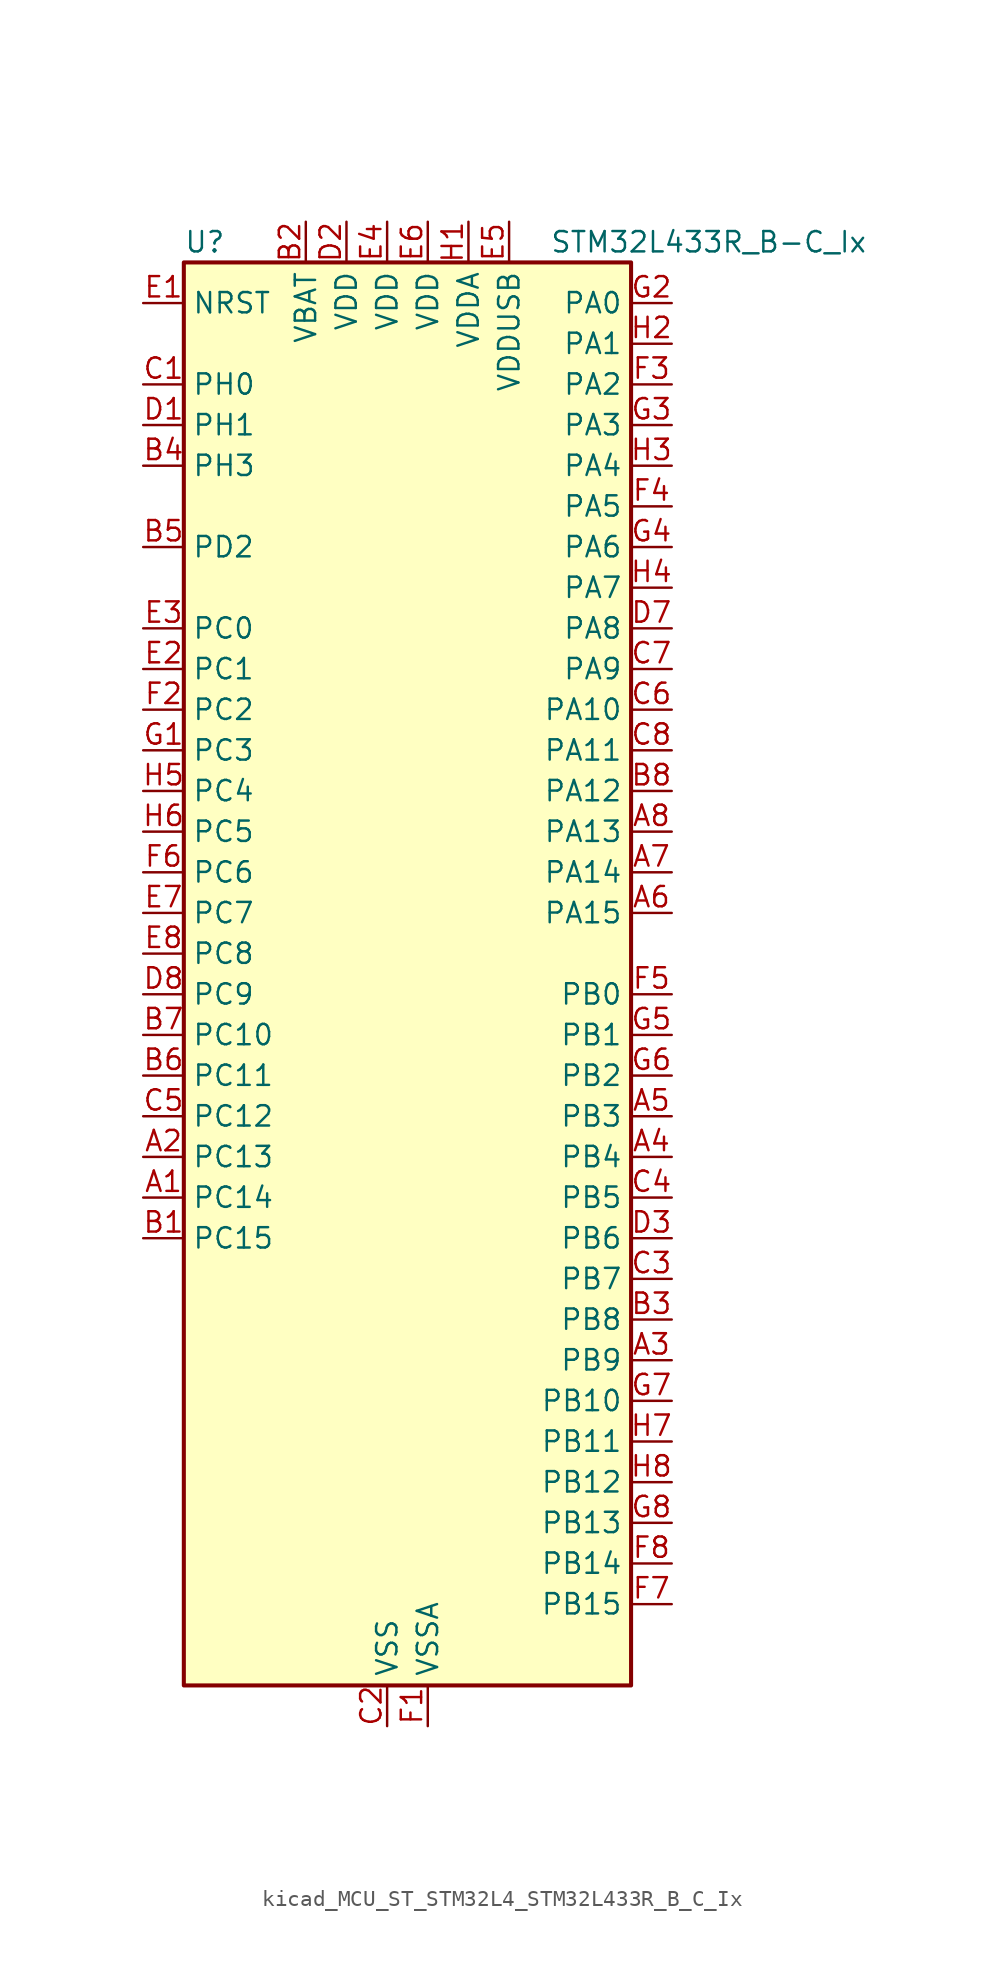
<source format=kicad_sym>
(kicad_symbol_lib
  (version 20220914)
  (generator kicad_symbol_editor)
  (symbol "kicad_MCU_ST_STM32L4_STM32L433R_B_C_Ix"
    (property "Reference" "U"
      (at -12.7 46.99 0)
      (effects (font (size 1.27 1.27)) (justify left)))
    (property "Value" "STM32L433R_B-C_Ix"
      (at 10.16 46.99 0)
      (effects (font (size 1.27 1.27)) (justify left)))
    (property "ki_locked" ""
      (at 0 0 0)
      (effects (font (size 1.27 1.27))))
    (symbol "kicad_MCU_ST_STM32L4_STM32L433R_B_C_Ix_0_1"
      (rectangle (start -12.7 -43.18) (end 15.24 45.72) (stroke (width 0.254) (type default)) (fill (type background))))
    (symbol "kicad_MCU_ST_STM32L4_STM32L433R_B_C_Ix_1_1"
      (pin bidirectional line (at -15.24 -12.7 0) (length 2.54) (name "PC14" (effects (font (size 1.27 1.27)))) (number "A1" (effects (font (size 1.27 1.27)))) (alternate "RCC_OSC32_IN" bidirectional line))
      (pin bidirectional line (at -15.24 -10.16 0) (length 2.54) (name "PC13" (effects (font (size 1.27 1.27)))) (number "A2" (effects (font (size 1.27 1.27)))) (alternate "RTC_OUT_ALARM" bidirectional line) (alternate "RTC_OUT_CALIB" bidirectional line) (alternate "RTC_TAMP1" bidirectional line) (alternate "RTC_TS" bidirectional line) (alternate "SYS_WKUP2" bidirectional line))
      (pin bidirectional line (at 17.78 -22.86 180) (length 2.54) (name "PB9" (effects (font (size 1.27 1.27)))) (number "A3" (effects (font (size 1.27 1.27)))) (alternate "CAN1_TX" bidirectional line) (alternate "DAC1_EXTI9" bidirectional line) (alternate "I2C1_SDA" bidirectional line) (alternate "IR_OUT" bidirectional line) (alternate "LCD_COM3" bidirectional line) (alternate "SAI1_FS_A" bidirectional line) (alternate "SDMMC1_D5" bidirectional line) (alternate "SPI2_NSS" bidirectional line))
      (pin bidirectional line (at 17.78 -10.16 180) (length 2.54) (name "PB4" (effects (font (size 1.27 1.27)))) (number "A4" (effects (font (size 1.27 1.27)))) (alternate "COMP2_INP" bidirectional line) (alternate "I2C3_SDA" bidirectional line) (alternate "LCD_SEG8" bidirectional line) (alternate "SAI1_MCLK_B" bidirectional line) (alternate "SPI1_MISO" bidirectional line) (alternate "SPI3_MISO" bidirectional line) (alternate "SYS_JTRST" bidirectional line) (alternate "TSC_G2_IO1" bidirectional line) (alternate "USART1_CTS" bidirectional line))
      (pin bidirectional line (at 17.78 -7.62 180) (length 2.54) (name "PB3" (effects (font (size 1.27 1.27)))) (number "A5" (effects (font (size 1.27 1.27)))) (alternate "COMP2_INM" bidirectional line) (alternate "LCD_SEG7" bidirectional line) (alternate "SAI1_SCK_B" bidirectional line) (alternate "SPI1_SCK" bidirectional line) (alternate "SPI3_SCK" bidirectional line) (alternate "SYS_JTDO-SWO" bidirectional line) (alternate "TIM2_CH2" bidirectional line) (alternate "USART1_DE" bidirectional line) (alternate "USART1_RTS" bidirectional line))
      (pin bidirectional line (at 17.78 5.08 180) (length 2.54) (name "PA15" (effects (font (size 1.27 1.27)))) (number "A6" (effects (font (size 1.27 1.27)))) (alternate "ADC1_EXTI15" bidirectional line) (alternate "LCD_SEG17" bidirectional line) (alternate "SPI1_NSS" bidirectional line) (alternate "SPI3_NSS" bidirectional line) (alternate "SWPMI1_SUSPEND" bidirectional line) (alternate "SYS_JTDI" bidirectional line) (alternate "TIM2_CH1" bidirectional line) (alternate "TIM2_ETR" bidirectional line) (alternate "TSC_G3_IO1" bidirectional line) (alternate "USART2_RX" bidirectional line) (alternate "USART3_DE" bidirectional line) (alternate "USART3_RTS" bidirectional line))
      (pin bidirectional line (at 17.78 7.62 180) (length 2.54) (name "PA14" (effects (font (size 1.27 1.27)))) (number "A7" (effects (font (size 1.27 1.27)))) (alternate "I2C1_SMBA" bidirectional line) (alternate "LPTIM1_OUT" bidirectional line) (alternate "SAI1_FS_B" bidirectional line) (alternate "SWPMI1_RX" bidirectional line) (alternate "SYS_JTCK-SWCLK" bidirectional line))
      (pin bidirectional line (at 17.78 10.16 180) (length 2.54) (name "PA13" (effects (font (size 1.27 1.27)))) (number "A8" (effects (font (size 1.27 1.27)))) (alternate "IR_OUT" bidirectional line) (alternate "SAI1_SD_B" bidirectional line) (alternate "SWPMI1_TX" bidirectional line) (alternate "SYS_JTMS-SWDIO" bidirectional line) (alternate "USB_NOE" bidirectional line))
      (pin bidirectional line (at -15.24 -15.24 0) (length 2.54) (name "PC15" (effects (font (size 1.27 1.27)))) (number "B1" (effects (font (size 1.27 1.27)))) (alternate "ADC1_EXTI15" bidirectional line) (alternate "RCC_OSC32_OUT" bidirectional line))
      (pin power_in line (at -5.08 48.26 270) (length 2.54) (name "VBAT" (effects (font (size 1.27 1.27)))) (number "B2" (effects (font (size 1.27 1.27)))))
      (pin bidirectional line (at 17.78 -20.32 180) (length 2.54) (name "PB8" (effects (font (size 1.27 1.27)))) (number "B3" (effects (font (size 1.27 1.27)))) (alternate "CAN1_RX" bidirectional line) (alternate "I2C1_SCL" bidirectional line) (alternate "LCD_SEG16" bidirectional line) (alternate "SAI1_MCLK_A" bidirectional line) (alternate "SDMMC1_D4" bidirectional line) (alternate "TIM16_CH1" bidirectional line))
      (pin bidirectional line (at -15.24 33.02 0) (length 2.54) (name "PH3" (effects (font (size 1.27 1.27)))) (number "B4" (effects (font (size 1.27 1.27)))))
      (pin bidirectional line (at -15.24 27.94 0) (length 2.54) (name "PD2" (effects (font (size 1.27 1.27)))) (number "B5" (effects (font (size 1.27 1.27)))) (alternate "LCD_COM7" bidirectional line) (alternate "LCD_SEG31" bidirectional line) (alternate "LCD_SEG43" bidirectional line) (alternate "SDMMC1_CMD" bidirectional line) (alternate "TSC_SYNC" bidirectional line) (alternate "USART3_DE" bidirectional line) (alternate "USART3_RTS" bidirectional line))
      (pin bidirectional line (at -15.24 -5.08 0) (length 2.54) (name "PC11" (effects (font (size 1.27 1.27)))) (number "B6" (effects (font (size 1.27 1.27)))) (alternate "ADC1_EXTI11" bidirectional line) (alternate "LCD_COM5" bidirectional line) (alternate "LCD_SEG29" bidirectional line) (alternate "LCD_SEG41" bidirectional line) (alternate "SDMMC1_D3" bidirectional line) (alternate "SPI3_MISO" bidirectional line) (alternate "TSC_G3_IO3" bidirectional line) (alternate "USART3_RX" bidirectional line))
      (pin bidirectional line (at -15.24 -2.54 0) (length 2.54) (name "PC10" (effects (font (size 1.27 1.27)))) (number "B7" (effects (font (size 1.27 1.27)))) (alternate "LCD_COM4" bidirectional line) (alternate "LCD_SEG28" bidirectional line) (alternate "LCD_SEG40" bidirectional line) (alternate "SDMMC1_D2" bidirectional line) (alternate "SPI3_SCK" bidirectional line) (alternate "TSC_G3_IO2" bidirectional line) (alternate "USART3_TX" bidirectional line))
      (pin bidirectional line (at 17.78 12.7 180) (length 2.54) (name "PA12" (effects (font (size 1.27 1.27)))) (number "B8" (effects (font (size 1.27 1.27)))) (alternate "CAN1_TX" bidirectional line) (alternate "SPI1_MOSI" bidirectional line) (alternate "TIM1_ETR" bidirectional line) (alternate "USART1_DE" bidirectional line) (alternate "USART1_RTS" bidirectional line) (alternate "USB_DP" bidirectional line))
      (pin bidirectional line (at -15.24 38.1 0) (length 2.54) (name "PH0" (effects (font (size 1.27 1.27)))) (number "C1" (effects (font (size 1.27 1.27)))) (alternate "RCC_OSC_IN" bidirectional line))
      (pin power_in line (at 0 -45.72 90) (length 2.54) (name "VSS" (effects (font (size 1.27 1.27)))) (number "C2" (effects (font (size 1.27 1.27)))))
      (pin bidirectional line (at 17.78 -17.78 180) (length 2.54) (name "PB7" (effects (font (size 1.27 1.27)))) (number "C3" (effects (font (size 1.27 1.27)))) (alternate "COMP2_INM" bidirectional line) (alternate "I2C1_SDA" bidirectional line) (alternate "LCD_SEG21" bidirectional line) (alternate "LPTIM1_IN2" bidirectional line) (alternate "SYS_PVD_IN" bidirectional line) (alternate "TSC_G2_IO4" bidirectional line) (alternate "USART1_RX" bidirectional line))
      (pin bidirectional line (at 17.78 -12.7 180) (length 2.54) (name "PB5" (effects (font (size 1.27 1.27)))) (number "C4" (effects (font (size 1.27 1.27)))) (alternate "COMP2_OUT" bidirectional line) (alternate "I2C1_SMBA" bidirectional line) (alternate "LCD_SEG9" bidirectional line) (alternate "LPTIM1_IN1" bidirectional line) (alternate "SAI1_SD_B" bidirectional line) (alternate "SPI1_MOSI" bidirectional line) (alternate "SPI3_MOSI" bidirectional line) (alternate "TIM16_BKIN" bidirectional line) (alternate "TSC_G2_IO2" bidirectional line) (alternate "USART1_CK" bidirectional line))
      (pin bidirectional line (at -15.24 -7.62 0) (length 2.54) (name "PC12" (effects (font (size 1.27 1.27)))) (number "C5" (effects (font (size 1.27 1.27)))) (alternate "LCD_COM6" bidirectional line) (alternate "LCD_SEG30" bidirectional line) (alternate "LCD_SEG42" bidirectional line) (alternate "SDMMC1_CK" bidirectional line) (alternate "SPI3_MOSI" bidirectional line) (alternate "TSC_G3_IO4" bidirectional line) (alternate "USART3_CK" bidirectional line))
      (pin bidirectional line (at 17.78 17.78 180) (length 2.54) (name "PA10" (effects (font (size 1.27 1.27)))) (number "C6" (effects (font (size 1.27 1.27)))) (alternate "CRS_SYNC" bidirectional line) (alternate "I2C1_SDA" bidirectional line) (alternate "LCD_COM2" bidirectional line) (alternate "SAI1_SD_A" bidirectional line) (alternate "TIM1_CH3" bidirectional line) (alternate "USART1_RX" bidirectional line))
      (pin bidirectional line (at 17.78 20.32 180) (length 2.54) (name "PA9" (effects (font (size 1.27 1.27)))) (number "C7" (effects (font (size 1.27 1.27)))) (alternate "DAC1_EXTI9" bidirectional line) (alternate "I2C1_SCL" bidirectional line) (alternate "LCD_COM1" bidirectional line) (alternate "SAI1_FS_A" bidirectional line) (alternate "TIM15_BKIN" bidirectional line) (alternate "TIM1_CH2" bidirectional line) (alternate "USART1_TX" bidirectional line))
      (pin bidirectional line (at 17.78 15.24 180) (length 2.54) (name "PA11" (effects (font (size 1.27 1.27)))) (number "C8" (effects (font (size 1.27 1.27)))) (alternate "ADC1_EXTI11" bidirectional line) (alternate "CAN1_RX" bidirectional line) (alternate "COMP1_OUT" bidirectional line) (alternate "SPI1_MISO" bidirectional line) (alternate "TIM1_BKIN2" bidirectional line) (alternate "TIM1_BKIN2_COMP1" bidirectional line) (alternate "TIM1_CH4" bidirectional line) (alternate "USART1_CTS" bidirectional line) (alternate "USB_DM" bidirectional line))
      (pin bidirectional line (at -15.24 35.56 0) (length 2.54) (name "PH1" (effects (font (size 1.27 1.27)))) (number "D1" (effects (font (size 1.27 1.27)))) (alternate "RCC_OSC_OUT" bidirectional line))
      (pin power_in line (at -2.54 48.26 270) (length 2.54) (name "VDD" (effects (font (size 1.27 1.27)))) (number "D2" (effects (font (size 1.27 1.27)))))
      (pin bidirectional line (at 17.78 -15.24 180) (length 2.54) (name "PB6" (effects (font (size 1.27 1.27)))) (number "D3" (effects (font (size 1.27 1.27)))) (alternate "COMP2_INP" bidirectional line) (alternate "I2C1_SCL" bidirectional line) (alternate "LPTIM1_ETR" bidirectional line) (alternate "SAI1_FS_B" bidirectional line) (alternate "TIM16_CH1N" bidirectional line) (alternate "TSC_G2_IO3" bidirectional line) (alternate "USART1_TX" bidirectional line))
      (pin passive line (at 0 -45.72 90) (length 2.54) hide (name "VSS" (effects (font (size 1.27 1.27)))) (number "D4" (effects (font (size 1.27 1.27)))))
      (pin passive line (at 0 -45.72 90) (length 2.54) hide (name "VSS" (effects (font (size 1.27 1.27)))) (number "D5" (effects (font (size 1.27 1.27)))))
      (pin passive line (at 0 -45.72 90) (length 2.54) hide (name "VSS" (effects (font (size 1.27 1.27)))) (number "D6" (effects (font (size 1.27 1.27)))))
      (pin bidirectional line (at 17.78 22.86 180) (length 2.54) (name "PA8" (effects (font (size 1.27 1.27)))) (number "D7" (effects (font (size 1.27 1.27)))) (alternate "LCD_COM0" bidirectional line) (alternate "LPTIM2_OUT" bidirectional line) (alternate "RCC_MCO" bidirectional line) (alternate "SAI1_SCK_A" bidirectional line) (alternate "SWPMI1_IO" bidirectional line) (alternate "TIM1_CH1" bidirectional line) (alternate "USART1_CK" bidirectional line))
      (pin bidirectional line (at -15.24 0 0) (length 2.54) (name "PC9" (effects (font (size 1.27 1.27)))) (number "D8" (effects (font (size 1.27 1.27)))) (alternate "DAC1_EXTI9" bidirectional line) (alternate "LCD_SEG27" bidirectional line) (alternate "SDMMC1_D1" bidirectional line) (alternate "TSC_G4_IO4" bidirectional line) (alternate "USB_NOE" bidirectional line))
      (pin input line (at -15.24 43.18 0) (length 2.54) (name "NRST" (effects (font (size 1.27 1.27)))) (number "E1" (effects (font (size 1.27 1.27)))))
      (pin bidirectional line (at -15.24 20.32 0) (length 2.54) (name "PC1" (effects (font (size 1.27 1.27)))) (number "E2" (effects (font (size 1.27 1.27)))) (alternate "ADC1_IN2" bidirectional line) (alternate "I2C3_SDA" bidirectional line) (alternate "LCD_SEG19" bidirectional line) (alternate "LPTIM1_OUT" bidirectional line) (alternate "LPUART1_TX" bidirectional line))
      (pin bidirectional line (at -15.24 22.86 0) (length 2.54) (name "PC0" (effects (font (size 1.27 1.27)))) (number "E3" (effects (font (size 1.27 1.27)))) (alternate "ADC1_IN1" bidirectional line) (alternate "I2C3_SCL" bidirectional line) (alternate "LCD_SEG18" bidirectional line) (alternate "LPTIM1_IN1" bidirectional line) (alternate "LPTIM2_IN1" bidirectional line) (alternate "LPUART1_RX" bidirectional line))
      (pin power_in line (at 0 48.26 270) (length 2.54) (name "VDD" (effects (font (size 1.27 1.27)))) (number "E4" (effects (font (size 1.27 1.27)))))
      (pin power_in line (at 7.62 48.26 270) (length 2.54) (name "VDDUSB" (effects (font (size 1.27 1.27)))) (number "E5" (effects (font (size 1.27 1.27)))))
      (pin power_in line (at 2.54 48.26 270) (length 2.54) (name "VDD" (effects (font (size 1.27 1.27)))) (number "E6" (effects (font (size 1.27 1.27)))))
      (pin bidirectional line (at -15.24 5.08 0) (length 2.54) (name "PC7" (effects (font (size 1.27 1.27)))) (number "E7" (effects (font (size 1.27 1.27)))) (alternate "LCD_SEG25" bidirectional line) (alternate "SDMMC1_D7" bidirectional line) (alternate "TSC_G4_IO2" bidirectional line))
      (pin bidirectional line (at -15.24 2.54 0) (length 2.54) (name "PC8" (effects (font (size 1.27 1.27)))) (number "E8" (effects (font (size 1.27 1.27)))) (alternate "LCD_SEG26" bidirectional line) (alternate "SDMMC1_D0" bidirectional line) (alternate "TSC_G4_IO3" bidirectional line))
      (pin power_in line (at 2.54 -45.72 90) (length 2.54) (name "VSSA" (effects (font (size 1.27 1.27)))) (number "F1" (effects (font (size 1.27 1.27)))))
      (pin bidirectional line (at -15.24 17.78 0) (length 2.54) (name "PC2" (effects (font (size 1.27 1.27)))) (number "F2" (effects (font (size 1.27 1.27)))) (alternate "ADC1_IN3" bidirectional line) (alternate "LCD_SEG20" bidirectional line) (alternate "LPTIM1_IN2" bidirectional line) (alternate "SPI2_MISO" bidirectional line))
      (pin bidirectional line (at 17.78 38.1 180) (length 2.54) (name "PA2" (effects (font (size 1.27 1.27)))) (number "F3" (effects (font (size 1.27 1.27)))) (alternate "ADC1_IN7" bidirectional line) (alternate "COMP2_INM" bidirectional line) (alternate "COMP2_OUT" bidirectional line) (alternate "LCD_SEG1" bidirectional line) (alternate "LPUART1_TX" bidirectional line) (alternate "QUADSPI_BK1_NCS" bidirectional line) (alternate "RCC_LSCO" bidirectional line) (alternate "SYS_WKUP4" bidirectional line) (alternate "TIM15_CH1" bidirectional line) (alternate "TIM2_CH3" bidirectional line) (alternate "USART2_TX" bidirectional line))
      (pin bidirectional line (at 17.78 30.48 180) (length 2.54) (name "PA5" (effects (font (size 1.27 1.27)))) (number "F4" (effects (font (size 1.27 1.27)))) (alternate "ADC1_IN10" bidirectional line) (alternate "COMP1_INM" bidirectional line) (alternate "COMP2_INM" bidirectional line) (alternate "DAC1_OUT2" bidirectional line) (alternate "LPTIM2_ETR" bidirectional line) (alternate "SPI1_SCK" bidirectional line) (alternate "TIM2_CH1" bidirectional line) (alternate "TIM2_ETR" bidirectional line))
      (pin bidirectional line (at 17.78 0 180) (length 2.54) (name "PB0" (effects (font (size 1.27 1.27)))) (number "F5" (effects (font (size 1.27 1.27)))) (alternate "ADC1_IN15" bidirectional line) (alternate "COMP1_OUT" bidirectional line) (alternate "LCD_SEG5" bidirectional line) (alternate "QUADSPI_BK1_IO1" bidirectional line) (alternate "SAI1_EXTCLK" bidirectional line) (alternate "SPI1_NSS" bidirectional line) (alternate "TIM1_CH2N" bidirectional line) (alternate "USART3_CK" bidirectional line))
      (pin bidirectional line (at -15.24 7.62 0) (length 2.54) (name "PC6" (effects (font (size 1.27 1.27)))) (number "F6" (effects (font (size 1.27 1.27)))) (alternate "LCD_SEG24" bidirectional line) (alternate "SDMMC1_D6" bidirectional line) (alternate "TSC_G4_IO1" bidirectional line))
      (pin bidirectional line (at 17.78 -38.1 180) (length 2.54) (name "PB15" (effects (font (size 1.27 1.27)))) (number "F7" (effects (font (size 1.27 1.27)))) (alternate "ADC1_EXTI15" bidirectional line) (alternate "LCD_SEG15" bidirectional line) (alternate "RTC_REFIN" bidirectional line) (alternate "SAI1_SD_A" bidirectional line) (alternate "SPI2_MOSI" bidirectional line) (alternate "SWPMI1_SUSPEND" bidirectional line) (alternate "TIM15_CH2" bidirectional line) (alternate "TIM1_CH3N" bidirectional line) (alternate "TSC_G1_IO4" bidirectional line))
      (pin bidirectional line (at 17.78 -35.56 180) (length 2.54) (name "PB14" (effects (font (size 1.27 1.27)))) (number "F8" (effects (font (size 1.27 1.27)))) (alternate "I2C2_SDA" bidirectional line) (alternate "LCD_SEG14" bidirectional line) (alternate "SAI1_MCLK_A" bidirectional line) (alternate "SPI2_MISO" bidirectional line) (alternate "SWPMI1_RX" bidirectional line) (alternate "TIM15_CH1" bidirectional line) (alternate "TIM1_CH2N" bidirectional line) (alternate "TSC_G1_IO3" bidirectional line) (alternate "USART3_DE" bidirectional line) (alternate "USART3_RTS" bidirectional line))
      (pin bidirectional line (at -15.24 15.24 0) (length 2.54) (name "PC3" (effects (font (size 1.27 1.27)))) (number "G1" (effects (font (size 1.27 1.27)))) (alternate "ADC1_IN4" bidirectional line) (alternate "LCD_VLCD" bidirectional line) (alternate "LPTIM1_ETR" bidirectional line) (alternate "LPTIM2_ETR" bidirectional line) (alternate "SAI1_SD_A" bidirectional line) (alternate "SPI2_MOSI" bidirectional line))
      (pin bidirectional line (at 17.78 43.18 180) (length 2.54) (name "PA0" (effects (font (size 1.27 1.27)))) (number "G2" (effects (font (size 1.27 1.27)))) (alternate "ADC1_IN5" bidirectional line) (alternate "COMP1_INM" bidirectional line) (alternate "COMP1_OUT" bidirectional line) (alternate "OPAMP1_VINP" bidirectional line) (alternate "RTC_TAMP2" bidirectional line) (alternate "SAI1_EXTCLK" bidirectional line) (alternate "SYS_WKUP1" bidirectional line) (alternate "TIM2_CH1" bidirectional line) (alternate "TIM2_ETR" bidirectional line) (alternate "USART2_CTS" bidirectional line))
      (pin bidirectional line (at 17.78 35.56 180) (length 2.54) (name "PA3" (effects (font (size 1.27 1.27)))) (number "G3" (effects (font (size 1.27 1.27)))) (alternate "ADC1_IN8" bidirectional line) (alternate "COMP2_INP" bidirectional line) (alternate "LCD_SEG2" bidirectional line) (alternate "LPUART1_RX" bidirectional line) (alternate "OPAMP1_VOUT" bidirectional line) (alternate "QUADSPI_CLK" bidirectional line) (alternate "SAI1_MCLK_A" bidirectional line) (alternate "TIM15_CH2" bidirectional line) (alternate "TIM2_CH4" bidirectional line) (alternate "USART2_RX" bidirectional line))
      (pin bidirectional line (at 17.78 27.94 180) (length 2.54) (name "PA6" (effects (font (size 1.27 1.27)))) (number "G4" (effects (font (size 1.27 1.27)))) (alternate "ADC1_IN11" bidirectional line) (alternate "COMP1_OUT" bidirectional line) (alternate "LCD_SEG3" bidirectional line) (alternate "LPUART1_CTS" bidirectional line) (alternate "QUADSPI_BK1_IO3" bidirectional line) (alternate "SPI1_MISO" bidirectional line) (alternate "TIM16_CH1" bidirectional line) (alternate "TIM1_BKIN" bidirectional line) (alternate "TIM1_BKIN_COMP2" bidirectional line) (alternate "USART3_CTS" bidirectional line))
      (pin bidirectional line (at 17.78 -2.54 180) (length 2.54) (name "PB1" (effects (font (size 1.27 1.27)))) (number "G5" (effects (font (size 1.27 1.27)))) (alternate "ADC1_IN16" bidirectional line) (alternate "COMP1_INM" bidirectional line) (alternate "LCD_SEG6" bidirectional line) (alternate "LPTIM2_IN1" bidirectional line) (alternate "LPUART1_DE" bidirectional line) (alternate "LPUART1_RTS" bidirectional line) (alternate "QUADSPI_BK1_IO0" bidirectional line) (alternate "TIM1_CH3N" bidirectional line) (alternate "USART3_DE" bidirectional line) (alternate "USART3_RTS" bidirectional line))
      (pin bidirectional line (at 17.78 -5.08 180) (length 2.54) (name "PB2" (effects (font (size 1.27 1.27)))) (number "G6" (effects (font (size 1.27 1.27)))) (alternate "COMP1_INP" bidirectional line) (alternate "I2C3_SMBA" bidirectional line) (alternate "LCD_VLCD" bidirectional line) (alternate "LPTIM1_OUT" bidirectional line) (alternate "RTC_OUT_ALARM" bidirectional line) (alternate "RTC_OUT_CALIB" bidirectional line))
      (pin bidirectional line (at 17.78 -25.4 180) (length 2.54) (name "PB10" (effects (font (size 1.27 1.27)))) (number "G7" (effects (font (size 1.27 1.27)))) (alternate "COMP1_OUT" bidirectional line) (alternate "I2C2_SCL" bidirectional line) (alternate "LCD_SEG10" bidirectional line) (alternate "LPUART1_RX" bidirectional line) (alternate "QUADSPI_CLK" bidirectional line) (alternate "SAI1_SCK_A" bidirectional line) (alternate "SPI2_SCK" bidirectional line) (alternate "TIM2_CH3" bidirectional line) (alternate "TSC_SYNC" bidirectional line) (alternate "USART3_TX" bidirectional line))
      (pin bidirectional line (at 17.78 -33.02 180) (length 2.54) (name "PB13" (effects (font (size 1.27 1.27)))) (number "G8" (effects (font (size 1.27 1.27)))) (alternate "I2C2_SCL" bidirectional line) (alternate "LCD_SEG13" bidirectional line) (alternate "LPUART1_CTS" bidirectional line) (alternate "SAI1_SCK_A" bidirectional line) (alternate "SPI2_SCK" bidirectional line) (alternate "SWPMI1_TX" bidirectional line) (alternate "TIM15_CH1N" bidirectional line) (alternate "TIM1_CH1N" bidirectional line) (alternate "TSC_G1_IO2" bidirectional line) (alternate "USART3_CTS" bidirectional line))
      (pin power_in line (at 5.08 48.26 270) (length 2.54) (name "VDDA" (effects (font (size 1.27 1.27)))) (number "H1" (effects (font (size 1.27 1.27)))))
      (pin bidirectional line (at 17.78 40.64 180) (length 2.54) (name "PA1" (effects (font (size 1.27 1.27)))) (number "H2" (effects (font (size 1.27 1.27)))) (alternate "ADC1_IN6" bidirectional line) (alternate "COMP1_INP" bidirectional line) (alternate "I2C1_SMBA" bidirectional line) (alternate "LCD_SEG0" bidirectional line) (alternate "OPAMP1_VINM" bidirectional line) (alternate "SPI1_SCK" bidirectional line) (alternate "TIM15_CH1N" bidirectional line) (alternate "TIM2_CH2" bidirectional line) (alternate "USART2_DE" bidirectional line) (alternate "USART2_RTS" bidirectional line))
      (pin bidirectional line (at 17.78 33.02 180) (length 2.54) (name "PA4" (effects (font (size 1.27 1.27)))) (number "H3" (effects (font (size 1.27 1.27)))) (alternate "ADC1_IN9" bidirectional line) (alternate "COMP1_INM" bidirectional line) (alternate "COMP2_INM" bidirectional line) (alternate "DAC1_OUT1" bidirectional line) (alternate "LPTIM2_OUT" bidirectional line) (alternate "SAI1_FS_B" bidirectional line) (alternate "SPI1_NSS" bidirectional line) (alternate "SPI3_NSS" bidirectional line) (alternate "USART2_CK" bidirectional line))
      (pin bidirectional line (at 17.78 25.4 180) (length 2.54) (name "PA7" (effects (font (size 1.27 1.27)))) (number "H4" (effects (font (size 1.27 1.27)))) (alternate "ADC1_IN12" bidirectional line) (alternate "COMP2_OUT" bidirectional line) (alternate "I2C3_SCL" bidirectional line) (alternate "LCD_SEG4" bidirectional line) (alternate "QUADSPI_BK1_IO2" bidirectional line) (alternate "SPI1_MOSI" bidirectional line) (alternate "TIM1_CH1N" bidirectional line))
      (pin bidirectional line (at -15.24 12.7 0) (length 2.54) (name "PC4" (effects (font (size 1.27 1.27)))) (number "H5" (effects (font (size 1.27 1.27)))) (alternate "ADC1_IN13" bidirectional line) (alternate "COMP1_INM" bidirectional line) (alternate "LCD_SEG22" bidirectional line) (alternate "USART3_TX" bidirectional line))
      (pin bidirectional line (at -15.24 10.16 0) (length 2.54) (name "PC5" (effects (font (size 1.27 1.27)))) (number "H6" (effects (font (size 1.27 1.27)))) (alternate "ADC1_IN14" bidirectional line) (alternate "COMP1_INP" bidirectional line) (alternate "LCD_SEG23" bidirectional line) (alternate "SYS_WKUP5" bidirectional line) (alternate "USART3_RX" bidirectional line))
      (pin bidirectional line (at 17.78 -27.94 180) (length 2.54) (name "PB11" (effects (font (size 1.27 1.27)))) (number "H7" (effects (font (size 1.27 1.27)))) (alternate "ADC1_EXTI11" bidirectional line) (alternate "COMP2_OUT" bidirectional line) (alternate "I2C2_SDA" bidirectional line) (alternate "LCD_SEG11" bidirectional line) (alternate "LPUART1_TX" bidirectional line) (alternate "QUADSPI_BK1_NCS" bidirectional line) (alternate "TIM2_CH4" bidirectional line) (alternate "USART3_RX" bidirectional line))
      (pin bidirectional line (at 17.78 -30.48 180) (length 2.54) (name "PB12" (effects (font (size 1.27 1.27)))) (number "H8" (effects (font (size 1.27 1.27)))) (alternate "I2C2_SMBA" bidirectional line) (alternate "LCD_SEG12" bidirectional line) (alternate "LPUART1_DE" bidirectional line) (alternate "LPUART1_RTS" bidirectional line) (alternate "SAI1_FS_A" bidirectional line) (alternate "SPI2_NSS" bidirectional line) (alternate "SWPMI1_IO" bidirectional line) (alternate "TIM15_BKIN" bidirectional line) (alternate "TIM1_BKIN" bidirectional line) (alternate "TIM1_BKIN_COMP2" bidirectional line) (alternate "TSC_G1_IO1" bidirectional line) (alternate "USART3_CK" bidirectional line)))))
</source>
